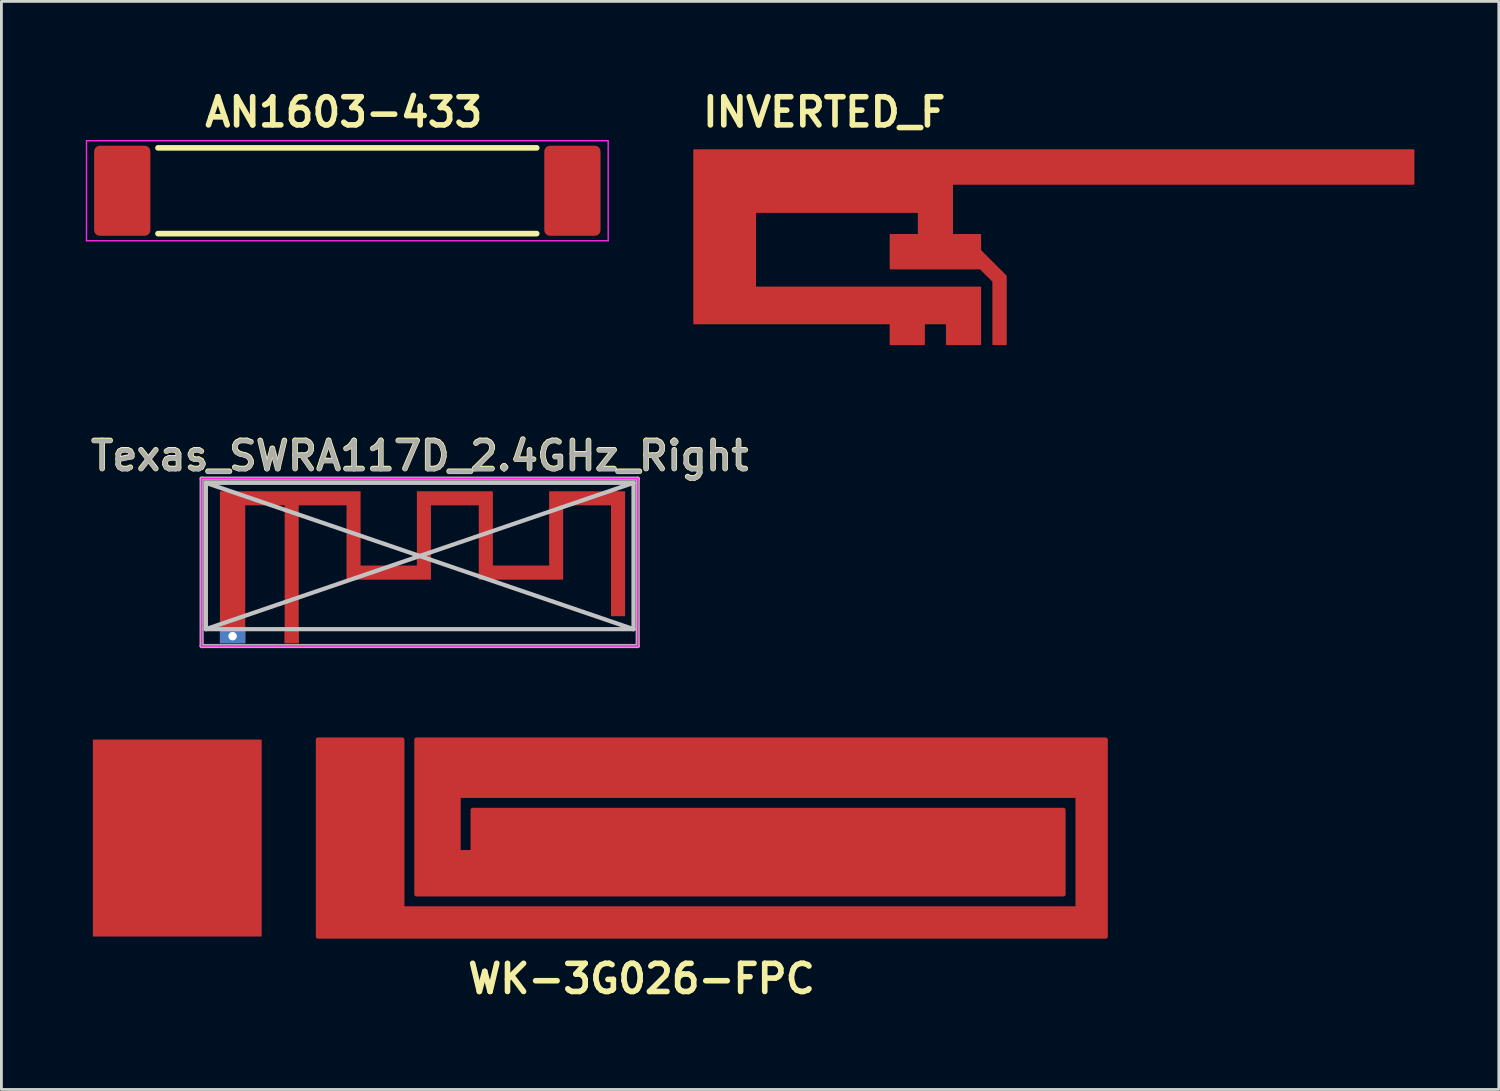
<source format=kicad_pcb>
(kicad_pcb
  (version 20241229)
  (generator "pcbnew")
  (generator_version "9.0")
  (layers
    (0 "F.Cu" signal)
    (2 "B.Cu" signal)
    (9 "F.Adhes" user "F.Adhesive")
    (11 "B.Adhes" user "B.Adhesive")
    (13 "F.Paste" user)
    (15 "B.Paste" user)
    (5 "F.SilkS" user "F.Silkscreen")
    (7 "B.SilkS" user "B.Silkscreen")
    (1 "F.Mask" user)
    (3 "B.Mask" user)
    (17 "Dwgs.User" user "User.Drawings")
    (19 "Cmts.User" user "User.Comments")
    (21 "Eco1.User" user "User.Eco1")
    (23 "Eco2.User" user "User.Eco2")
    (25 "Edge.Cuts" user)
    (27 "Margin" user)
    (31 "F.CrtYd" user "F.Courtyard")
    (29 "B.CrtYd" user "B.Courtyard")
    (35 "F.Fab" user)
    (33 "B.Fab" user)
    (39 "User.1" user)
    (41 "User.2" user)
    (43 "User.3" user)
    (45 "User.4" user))
  (footprint "Texas_SWRA117D_2.4GHz_Right"
    (layer "F.Cu")
    (at 7.317 19.562)
    (property "Reference" "Texas_SWRA117D_2.4GHz_Right" (at 4.55 -6.41 0) (layer "F.SilkS") (effects (font (size 1 1) (thickness 0.2))))
    (attr exclude_from_pos_files exclude_from_bom)
    (fp_poly (pts (xy 2.45 -2.51) (xy 4.45 -2.51) (xy 4.45 -5.15) (xy 7.15 -5.15) (xy 7.15 -2.51) (xy 9.15 -2.51) (xy 9.15 -5.15) (xy 11.85 -5.15) (xy 11.85 -0.71) (xy 11.35 -0.71) (xy 11.35 -4.65) (xy 9.65 -4.65) (xy 9.65 -2.01) (xy 6.65 -2.01) (xy 6.65 -4.65) (xy 4.95 -4.65) (xy 4.95 -2.01) (xy 1.95 -2.01) (xy 1.95 -4.65) (xy 0.25 -4.65) (xy 0.25 0.25) (xy -0.25 0.25) (xy -0.25 -4.65) (xy -1.65 -4.65) (xy -1.65 0.25) (xy -2.55 0.25) (xy -2.55 0.007) (xy -2.248 0.007) (xy -2.238 0.054) (xy -2.214 0.097) (xy -2.176 0.13) (xy -2.168 0.134) (xy -2.125 0.146) (xy -2.077 0.145) (xy -2.031 0.132) (xy -2.013 0.122) (xy -1.979 0.087) (xy -1.958 0.041) (xy -1.952 -0.008) (xy -1.96 -0.056) (xy -1.977 -0.089) (xy -2.012 -0.121) (xy -2.058 -0.141) (xy -2.107 -0.148) (xy -2.155 -0.14) (xy -2.188 -0.123) (xy -2.223 -0.086) (xy -2.243 -0.042) (xy -2.248 0.007) (xy -2.55 0.007) (xy -2.55 -5.15) (xy 2.45 -5.15) (xy 2.45 -2.51)) (stroke (width 0) (type solid)) (fill yes) (layer "F.Cu"))
    (fp_line (start -3.05 -5.45) (end 12.15 -5.45) (stroke (width 0.15) (type solid)) (layer "Dwgs.User"))
    (fp_line (start -3.05 -5.45) (end 12.15 -0.25) (stroke (width 0.15) (type solid)) (layer "Dwgs.User"))
    (fp_line (start -3.05 -0.25) (end -3.05 -5.45) (stroke (width 0.15) (type solid)) (layer "Dwgs.User"))
    (fp_line (start -3.05 -0.25) (end 12.15 -5.45) (stroke (width 0.15) (type solid)) (layer "Dwgs.User"))
    (fp_line (start -3.05 -0.25) (end 12.15 -0.25) (stroke (width 0.15) (type solid)) (layer "Dwgs.User"))
    (fp_line (start 12.15 -0.25) (end 12.15 -5.45) (stroke (width 0.15) (type solid)) (layer "Dwgs.User"))
    (fp_line (start -3.2 -5.6) (end 12.3 -5.6) (stroke (width 0.05) (type solid)) (layer "F.CrtYd"))
    (fp_line (start -3.2 0.35) (end -3.2 -5.6) (stroke (width 0.05) (type solid)) (layer "F.CrtYd"))
    (fp_line (start 12.3 -5.6) (end 12.3 0.35) (stroke (width 0.05) (type solid)) (layer "F.CrtYd"))
    (fp_line (start 12.3 0.35) (end -3.2 0.35) (stroke (width 0.05) (type solid)) (layer "F.CrtYd"))
    (fp_line (start -3.2 -5.6) (end 12.3 -5.6) (stroke (width 0.15) (type solid)) (layer "F.Fab"))
    (fp_line (start -3.2 0.35) (end -3.2 -5.6) (stroke (width 0.15) (type solid)) (layer "F.Fab"))
    (fp_line (start 12.3 -5.6) (end 12.3 0.35) (stroke (width 0.15) (type solid)) (layer "F.Fab"))
    (fp_line (start 12.3 0.35) (end -3.2 0.35) (stroke (width 0.15) (type solid)) (layer "F.Fab"))
    (fp_text user "${REFERENCE}" (at 4.55 -6.4 0) (layer "F.Fab") (effects (font (size 1 1) (thickness 0.15))))
    (pad "1" connect rect (at 0 0) (size 0.5 0.5) (layers "F.Cu"))
    (pad "2" thru_hole rect (at -2.1 0) (size 0.9 0.5) (drill 0.3) (layers "*.Cu")))
  (footprint "INVERTED_F"
    (layer "F.Cu")
    (at 32.477 8.961)
    (property "Reference" "INVERTED_F" (at -6.23 -8.025 0) (layer "F.SilkS") (effects (font (size 1 1) (thickness 0.2))))
    (attr through_hole)
    (fp_poly (pts (xy 14.72 -5.47) (xy -1.68 -5.47) (xy -1.68 -3.67) (xy -0.68 -3.67) (xy -0.68 -3.11) (xy 0.23 -2.2) (xy 0.23 0.23) (xy -0.23 0.23) (xy -0.23 -2.01) (xy -0.68 -2.46) (xy -3.88 -2.46) (xy -3.88 -3.67) (xy -2.88 -3.67) (xy -2.88 -4.47) (xy -8.68 -4.47) (xy -8.68 -1.8) (xy -0.68 -1.8) (xy -0.68 0.23) (xy -1.88 0.23) (xy -1.88 -0.51) (xy -2.68 -0.51) (xy -2.68 0.23) (xy -3.88 0.23) (xy -3.88 -0.51) (xy -10.86 -0.51) (xy -10.86 -6.68) (xy 14.72 -6.68)) (stroke (width 0.05) (type solid)) (fill yes) (layer "F.Cu"))
    (pad "1" smd rect (at 0 0) (size 0.46 0.46) (layers "F.Cu"))
    (pad "2" smd rect (at -1.28 0) (size 1.2 0.46) (layers "F.Cu"))
    (pad "3" smd rect (at -3.28 0) (size 1.2 0.46) (layers "F.Cu")))
  (footprint "WK-3G026-FPC"
    (layer "F.Cu")
    (at 0.25 23.237)
    (property "Reference" "WK-3G026-FPC" (at 19.5 8.5 0) (layer "F.SilkS") (effects (font (size 1 1) (thickness 0.2))))
    (attr through_hole)
    (fp_poly (pts (xy 8 0) (xy 8 7) (xy 36 7) (xy 36 0) (xy 11.5 0) (xy 11.5 5.5) (xy 34.5 5.5) (xy 34.5 2.5) (xy 13.5 2.5) (xy 13.5 4) (xy 13 4) (xy 13 2) (xy 35 2) (xy 35 6) (xy 11 6) (xy 11 0)) (stroke (width 0.15) (type solid)) (fill yes) (layer "F.Cu"))
    (pad "" smd rect (at 3 3.5) (size 6 7) (layers "F.Cu"))
    (pad "1" smd rect (at 9.5 0.5) (size 1 1) (layers "F.Cu")))
  (footprint "AN1603-433"
    (layer "F.Cu")
    (at 1.295 3.73)
    (property "Reference" "AN1603-433" (at 7.874 -2.794 0) (layer "F.SilkS") (effects (font (size 1 1) (thickness 0.2))))
    (attr through_hole)
    (fp_line (start 1.27 -1.524) (end 14.732 -1.524) (stroke (width 0.2) (type solid)) (layer "F.SilkS"))
    (fp_line (start 1.27 1.524) (end 14.732 1.524) (stroke (width 0.2) (type solid)) (layer "F.SilkS"))
    (fp_line (start -1.27 -1.778) (end 17.272 -1.778) (stroke (width 0.05) (type solid)) (layer "F.CrtYd"))
    (fp_line (start -1.27 1.778) (end -1.27 -1.778) (stroke (width 0.05) (type solid)) (layer "F.CrtYd"))
    (fp_line (start 17.272 -1.778) (end 17.272 1.778) (stroke (width 0.05) (type solid)) (layer "F.CrtYd"))
    (fp_line (start 17.272 1.778) (end -1.27 1.778) (stroke (width 0.05) (type solid)) (layer "F.CrtYd"))
    (pad "" smd roundrect (at 16 0) (size 2 3.2) (layers "F.Cu" "F.Mask" "F.Paste") (roundrect_rratio 0.1))
    (pad "1" smd roundrect (at 0 0) (size 2 3.2) (layers "F.Cu" "F.Mask" "F.Paste") (roundrect_rratio 0.1)))
  (gr_rect
    (start -3 -3)
    (end 50.222 35.673)
    (stroke (width 0.1) (type default))
    (fill no)
    (layer "Edge.Cuts")))
</source>
